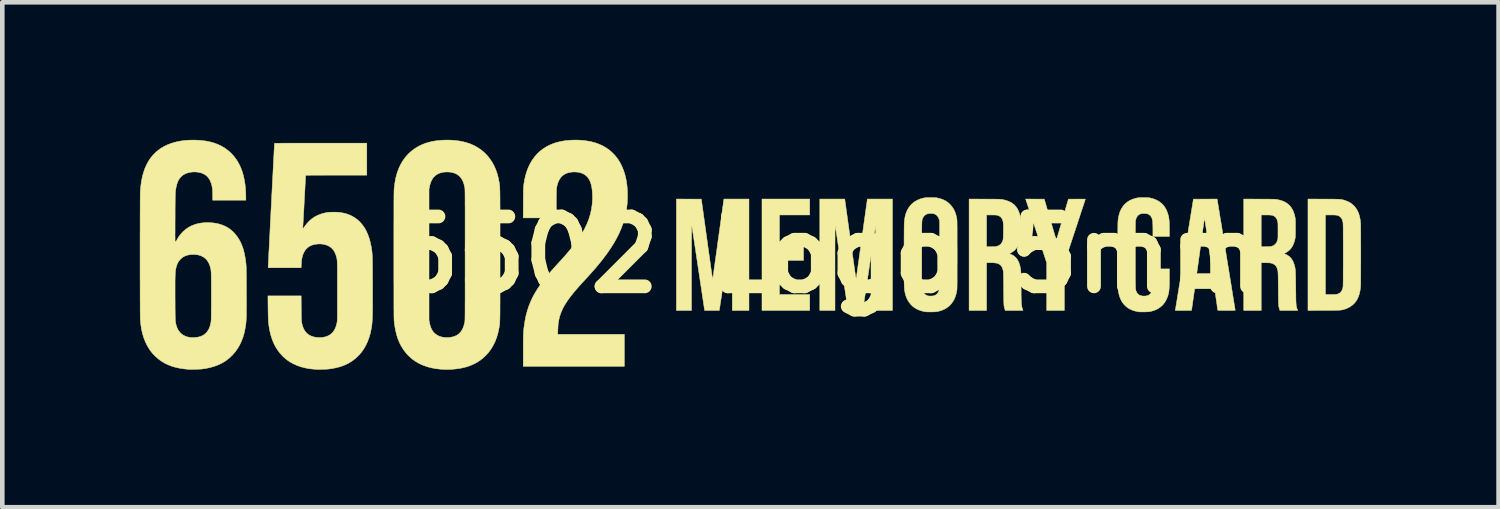
<source format=kicad_pcb>
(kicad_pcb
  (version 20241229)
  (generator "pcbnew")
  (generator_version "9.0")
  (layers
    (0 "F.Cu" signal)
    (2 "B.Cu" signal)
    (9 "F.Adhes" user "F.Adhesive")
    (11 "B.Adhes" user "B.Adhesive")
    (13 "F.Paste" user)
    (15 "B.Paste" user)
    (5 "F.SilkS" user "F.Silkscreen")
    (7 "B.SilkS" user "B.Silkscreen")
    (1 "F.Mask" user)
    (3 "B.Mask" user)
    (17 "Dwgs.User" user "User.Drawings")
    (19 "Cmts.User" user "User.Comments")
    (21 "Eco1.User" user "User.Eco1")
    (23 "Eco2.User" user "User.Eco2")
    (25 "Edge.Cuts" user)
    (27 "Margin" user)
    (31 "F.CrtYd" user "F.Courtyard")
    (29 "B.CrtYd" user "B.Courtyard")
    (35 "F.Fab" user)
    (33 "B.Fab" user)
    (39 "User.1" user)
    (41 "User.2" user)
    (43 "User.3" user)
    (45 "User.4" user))
  (footprint "6502 Logo 5mm"
    (layer "F.Cu")
    (at 15.004 2.506)
    (property "Reference" "6502 Logo 5mm" (at 0 0 0) (layer "F.SilkS") (effects (font (size 1.524 1.524) (thickness 0.3))))
    (attr through_hole)
    (fp_poly (pts (xy -0.394 -0.868) (xy -1.054 -0.868) (xy -1.054 -0.224) (xy -0.529 -0.224) (xy -0.529 0.123) (xy -1.054 0.123) (xy -1.054 0.868) (xy -0.394 0.868) (xy -0.394 1.215) (xy -1.435 1.215) (xy -1.435 -1.215) (xy -0.394 -1.215) (xy -0.394 -0.868)) (stroke (width 0.01) (type solid)) (fill yes) (layer "F.SilkS"))
    (fp_poly (pts (xy 4.722 -1.213) (xy 4.851 -0.769) (xy 4.869 -0.71) (xy 4.885 -0.653) (xy 4.901 -0.599) (xy 4.916 -0.548) (xy 4.93 -0.501) (xy 4.943 -0.458) (xy 4.954 -0.421) (xy 4.964 -0.389) (xy 4.972 -0.363) (xy 4.978 -0.343) (xy 4.983 -0.33) (xy 4.985 -0.325) (xy 4.985 -0.325) (xy 4.987 -0.329) (xy 4.99 -0.341) (xy 4.996 -0.36) (xy 5.004 -0.385) (xy 5.014 -0.416) (xy 5.025 -0.453) (xy 5.038 -0.495) (xy 5.051 -0.541) (xy 5.066 -0.591) (xy 5.082 -0.645) (xy 5.099 -0.702) (xy 5.116 -0.761) (xy 5.118 -0.769) (xy 5.248 -1.213) (xy 5.433 -1.214) (xy 5.471 -1.214) (xy 5.507 -1.214) (xy 5.54 -1.214) (xy 5.567 -1.214) (xy 5.59 -1.213) (xy 5.606 -1.213) (xy 5.616 -1.212) (xy 5.618 -1.212) (xy 5.616 -1.207) (xy 5.612 -1.195) (xy 5.606 -1.176) (xy 5.598 -1.15) (xy 5.587 -1.118) (xy 5.575 -1.08) (xy 5.56 -1.036) (xy 5.544 -0.987) (xy 5.526 -0.933) (xy 5.507 -0.875) (xy 5.487 -0.813) (xy 5.465 -0.748) (xy 5.443 -0.679) (xy 5.419 -0.608) (xy 5.395 -0.534) (xy 5.389 -0.517) (xy 5.16 0.175) (xy 5.16 1.215) (xy 4.775 1.215) (xy 4.775 0.695) (xy 4.775 0.176) (xy 4.545 -0.52) (xy 4.315 -1.215) (xy 4.722 -1.213)) (stroke (width 0.01) (type solid)) (fill yes) (layer "F.SilkS"))
    (fp_poly (pts (xy 1.41 1.215) (xy 1.046 1.215) (xy 1.045 0.293) (xy 1.045 0.196) (xy 1.045 0.103) (xy 1.045 0.015) (xy 1.045 -0.07) (xy 1.045 -0.149) (xy 1.045 -0.223) (xy 1.044 -0.292) (xy 1.044 -0.355) (xy 1.044 -0.412) (xy 1.044 -0.463) (xy 1.043 -0.507) (xy 1.043 -0.545) (xy 1.043 -0.575) (xy 1.042 -0.598) (xy 1.042 -0.613) (xy 1.041 -0.62) (xy 1.041 -0.62) (xy 1.04 -0.615) (xy 1.038 -0.602) (xy 1.035 -0.582) (xy 1.03 -0.554) (xy 1.025 -0.519) (xy 1.019 -0.478) (xy 1.011 -0.431) (xy 1.003 -0.379) (xy 0.994 -0.321) (xy 0.985 -0.258) (xy 0.975 -0.19) (xy 0.964 -0.119) (xy 0.952 -0.043) (xy 0.94 0.035) (xy 0.928 0.117) (xy 0.915 0.201) (xy 0.902 0.287) (xy 0.902 0.292) (xy 0.889 0.379) (xy 0.876 0.463) (xy 0.864 0.545) (xy 0.852 0.624) (xy 0.841 0.699) (xy 0.83 0.771) (xy 0.82 0.839) (xy 0.81 0.902) (xy 0.801 0.96) (xy 0.793 1.013) (xy 0.786 1.061) (xy 0.78 1.102) (xy 0.774 1.137) (xy 0.77 1.166) (xy 0.767 1.187) (xy 0.765 1.2) (xy 0.764 1.205) (xy 0.764 1.205) (xy 0.762 1.215) (xy 0.602 1.214) (xy 0.442 1.213) (xy 0.304 0.296) (xy 0.291 0.209) (xy 0.278 0.125) (xy 0.266 0.042) (xy 0.254 -0.037) (xy 0.242 -0.113) (xy 0.231 -0.185) (xy 0.221 -0.253) (xy 0.211 -0.317) (xy 0.203 -0.375) (xy 0.195 -0.429) (xy 0.187 -0.476) (xy 0.181 -0.518) (xy 0.176 -0.554) (xy 0.171 -0.582) (xy 0.168 -0.604) (xy 0.166 -0.617) (xy 0.165 -0.623) (xy 0.165 -0.624) (xy 0.162 -0.625) (xy 0.161 -0.624) (xy 0.16 -0.62) (xy 0.16 -0.607) (xy 0.159 -0.585) (xy 0.159 -0.556) (xy 0.159 -0.517) (xy 0.158 -0.471) (xy 0.158 -0.416) (xy 0.158 -0.353) (xy 0.157 -0.281) (xy 0.157 -0.202) (xy 0.157 -0.114) (xy 0.157 -0.018) (xy 0.157 0.086) (xy 0.157 0.199) (xy 0.157 0.297) (xy 0.157 1.215) (xy -0.174 1.215) (xy -0.174 -1.215) (xy 0.098 -1.215) (xy 0.37 -1.215) (xy 0.491 -0.349) (xy 0.503 -0.264) (xy 0.514 -0.182) (xy 0.526 -0.102) (xy 0.536 -0.025) (xy 0.547 0.048) (xy 0.556 0.118) (xy 0.566 0.183) (xy 0.574 0.244) (xy 0.582 0.3) (xy 0.589 0.351) (xy 0.596 0.396) (xy 0.601 0.434) (xy 0.606 0.466) (xy 0.61 0.492) (xy 0.613 0.51) (xy 0.614 0.52) (xy 0.615 0.522) (xy 0.618 0.525) (xy 0.619 0.525) (xy 0.62 0.52) (xy 0.622 0.508) (xy 0.625 0.488) (xy 0.629 0.461) (xy 0.633 0.427) (xy 0.639 0.387) (xy 0.646 0.34) (xy 0.653 0.288) (xy 0.661 0.231) (xy 0.67 0.169) (xy 0.679 0.103) (xy 0.689 0.032) (xy 0.699 -0.042) (xy 0.71 -0.12) (xy 0.721 -0.2) (xy 0.733 -0.283) (xy 0.74 -0.337) (xy 0.752 -0.421) (xy 0.764 -0.503) (xy 0.775 -0.583) (xy 0.785 -0.66) (xy 0.796 -0.733) (xy 0.805 -0.802) (xy 0.815 -0.868) (xy 0.823 -0.929) (xy 0.831 -0.984) (xy 0.838 -1.035) (xy 0.844 -1.08) (xy 0.85 -1.118) (xy 0.854 -1.15) (xy 0.858 -1.176) (xy 0.86 -1.193) (xy 0.862 -1.203) (xy 0.862 -1.205) (xy 0.865 -1.215) (xy 1.41 -1.215) (xy 1.41 1.215)) (stroke (width 0.01) (type solid)) (fill yes) (layer "F.SilkS"))
    (fp_poly (pts (xy 10.817 -1.214) (xy 10.882 -1.214) (xy 10.939 -1.213) (xy 10.989 -1.213) (xy 11.033 -1.213) (xy 11.07 -1.212) (xy 11.103 -1.211) (xy 11.13 -1.211) (xy 11.154 -1.209) (xy 11.174 -1.208) (xy 11.192 -1.206) (xy 11.207 -1.204) (xy 11.221 -1.201) (xy 11.235 -1.198) (xy 11.248 -1.195) (xy 11.261 -1.191) (xy 11.276 -1.186) (xy 11.286 -1.183) (xy 11.346 -1.159) (xy 11.4 -1.13) (xy 11.448 -1.094) (xy 11.49 -1.053) (xy 11.526 -1.005) (xy 11.557 -0.952) (xy 11.582 -0.892) (xy 11.601 -0.826) (xy 11.614 -0.754) (xy 11.62 -0.697) (xy 11.621 -0.685) (xy 11.622 -0.665) (xy 11.622 -0.637) (xy 11.623 -0.601) (xy 11.623 -0.558) (xy 11.623 -0.508) (xy 11.624 -0.451) (xy 11.624 -0.388) (xy 11.624 -0.319) (xy 11.624 -0.244) (xy 11.625 -0.164) (xy 11.625 -0.078) (xy 11.625 -0.000001) (xy 11.625 0.09) (xy 11.625 0.175) (xy 11.624 0.255) (xy 11.624 0.329) (xy 11.624 0.397) (xy 11.624 0.459) (xy 11.623 0.515) (xy 11.623 0.564) (xy 11.623 0.606) (xy 11.622 0.641) (xy 11.622 0.668) (xy 11.621 0.687) (xy 11.62 0.697) (xy 11.611 0.774) (xy 11.596 0.844) (xy 11.576 0.908) (xy 11.549 0.967) (xy 11.517 1.019) (xy 11.479 1.065) (xy 11.435 1.104) (xy 11.385 1.138) (xy 11.33 1.166) (xy 11.286 1.183) (xy 11.27 1.188) (xy 11.256 1.192) (xy 11.242 1.196) (xy 11.229 1.2) (xy 11.216 1.202) (xy 11.201 1.205) (xy 11.185 1.207) (xy 11.166 1.209) (xy 11.145 1.21) (xy 11.119 1.211) (xy 11.09 1.212) (xy 11.056 1.212) (xy 11.016 1.213) (xy 10.97 1.213) (xy 10.917 1.214) (xy 10.856 1.214) (xy 10.817 1.214) (xy 10.473 1.215) (xy 10.473 -0.868) (xy 10.854 -0.868) (xy 10.854 0.868) (xy 10.967 0.868) (xy 11.004 0.868) (xy 11.033 0.867) (xy 11.057 0.867) (xy 11.075 0.866) (xy 11.089 0.864) (xy 11.1 0.862) (xy 11.105 0.861) (xy 11.141 0.849) (xy 11.17 0.832) (xy 11.193 0.81) (xy 11.212 0.781) (xy 11.226 0.746) (xy 11.234 0.717) (xy 11.235 0.713) (xy 11.236 0.707) (xy 11.237 0.701) (xy 11.238 0.693) (xy 11.238 0.683) (xy 11.239 0.671) (xy 11.239 0.657) (xy 11.24 0.639) (xy 11.24 0.618) (xy 11.24 0.593) (xy 11.241 0.564) (xy 11.241 0.53) (xy 11.241 0.491) (xy 11.241 0.446) (xy 11.241 0.396) (xy 11.241 0.34) (xy 11.242 0.277) (xy 11.242 0.206) (xy 11.242 0.129) (xy 11.242 0.043) (xy 11.242 0) (xy 11.242 -0.089) (xy 11.242 -0.171) (xy 11.242 -0.244) (xy 11.242 -0.311) (xy 11.241 -0.371) (xy 11.241 -0.424) (xy 11.241 -0.471) (xy 11.241 -0.512) (xy 11.241 -0.548) (xy 11.241 -0.58) (xy 11.24 -0.607) (xy 11.24 -0.629) (xy 11.239 -0.649) (xy 11.239 -0.665) (xy 11.238 -0.678) (xy 11.238 -0.688) (xy 11.237 -0.697) (xy 11.236 -0.704) (xy 11.236 -0.71) (xy 11.235 -0.715) (xy 11.234 -0.717) (xy 11.223 -0.757) (xy 11.207 -0.79) (xy 11.187 -0.817) (xy 11.162 -0.838) (xy 11.131 -0.853) (xy 11.105 -0.861) (xy 11.095 -0.863) (xy 11.082 -0.865) (xy 11.066 -0.866) (xy 11.046 -0.867) (xy 11.019 -0.868) (xy 10.986 -0.868) (xy 10.967 -0.868) (xy 10.854 -0.868) (xy 10.473 -0.868) (xy 10.473 -1.215) (xy 10.817 -1.214)) (stroke (width 0.01) (type solid)) (fill yes) (layer "F.SilkS"))
    (fp_poly (pts (xy -3.03 -1.214) (xy -2.758 -1.213) (xy -2.637 -0.346) (xy -2.625 -0.261) (xy -2.614 -0.179) (xy -2.603 -0.099) (xy -2.592 -0.022) (xy -2.581 0.051) (xy -2.572 0.121) (xy -2.562 0.186) (xy -2.554 0.247) (xy -2.546 0.303) (xy -2.539 0.353) (xy -2.532 0.398) (xy -2.527 0.436) (xy -2.522 0.468) (xy -2.518 0.493) (xy -2.515 0.511) (xy -2.514 0.521) (xy -2.513 0.523) (xy -2.51 0.523) (xy -2.509 0.52) (xy -2.508 0.516) (xy -2.506 0.503) (xy -2.503 0.483) (xy -2.499 0.455) (xy -2.494 0.421) (xy -2.488 0.38) (xy -2.482 0.333) (xy -2.475 0.281) (xy -2.466 0.224) (xy -2.458 0.161) (xy -2.448 0.094) (xy -2.439 0.024) (xy -2.428 -0.051) (xy -2.417 -0.128) (xy -2.406 -0.209) (xy -2.395 -0.292) (xy -2.388 -0.341) (xy -2.376 -0.425) (xy -2.365 -0.507) (xy -2.354 -0.586) (xy -2.343 -0.663) (xy -2.333 -0.736) (xy -2.323 -0.805) (xy -2.314 -0.87) (xy -2.305 -0.931) (xy -2.298 -0.987) (xy -2.291 -1.037) (xy -2.284 -1.081) (xy -2.279 -1.12) (xy -2.275 -1.152) (xy -2.271 -1.176) (xy -2.269 -1.194) (xy -2.267 -1.204) (xy -2.267 -1.205) (xy -2.265 -1.215) (xy -1.719 -1.215) (xy -1.719 1.215) (xy -2.083 1.215) (xy -2.083 0.293) (xy -2.083 0.206) (xy -2.083 0.12) (xy -2.083 0.038) (xy -2.083 -0.042) (xy -2.083 -0.118) (xy -2.083 -0.19) (xy -2.083 -0.258) (xy -2.084 -0.322) (xy -2.084 -0.381) (xy -2.084 -0.434) (xy -2.084 -0.481) (xy -2.085 -0.523) (xy -2.085 -0.557) (xy -2.085 -0.585) (xy -2.086 -0.606) (xy -2.086 -0.619) (xy -2.086 -0.624) (xy -2.086 -0.624) (xy -2.087 -0.62) (xy -2.089 -0.607) (xy -2.093 -0.587) (xy -2.097 -0.56) (xy -2.102 -0.526) (xy -2.109 -0.485) (xy -2.116 -0.438) (xy -2.124 -0.386) (xy -2.133 -0.328) (xy -2.143 -0.265) (xy -2.153 -0.198) (xy -2.164 -0.127) (xy -2.175 -0.052) (xy -2.187 0.027) (xy -2.199 0.108) (xy -2.212 0.192) (xy -2.225 0.279) (xy -2.226 0.288) (xy -2.239 0.375) (xy -2.252 0.459) (xy -2.264 0.541) (xy -2.276 0.62) (xy -2.288 0.696) (xy -2.299 0.768) (xy -2.309 0.836) (xy -2.318 0.899) (xy -2.327 0.958) (xy -2.335 1.011) (xy -2.343 1.059) (xy -2.349 1.101) (xy -2.354 1.136) (xy -2.359 1.164) (xy -2.362 1.186) (xy -2.364 1.2) (xy -2.365 1.205) (xy -2.365 1.205) (xy -2.367 1.215) (xy -2.527 1.215) (xy -2.686 1.215) (xy -2.821 0.319) (xy -2.837 0.214) (xy -2.851 0.117) (xy -2.865 0.027) (xy -2.877 -0.055) (xy -2.888 -0.129) (xy -2.899 -0.197) (xy -2.908 -0.259) (xy -2.916 -0.314) (xy -2.924 -0.364) (xy -2.931 -0.408) (xy -2.936 -0.447) (xy -2.942 -0.481) (xy -2.946 -0.51) (xy -2.95 -0.536) (xy -2.953 -0.557) (xy -2.956 -0.575) (xy -2.959 -0.589) (xy -2.961 -0.601) (xy -2.962 -0.61) (xy -2.963 -0.617) (xy -2.964 -0.622) (xy -2.965 -0.625) (xy -2.966 -0.627) (xy -2.966 -0.627) (xy -2.967 -0.627) (xy -2.967 -0.627) (xy -2.968 -0.627) (xy -2.968 -0.627) (xy -2.968 -0.622) (xy -2.969 -0.61) (xy -2.969 -0.59) (xy -2.97 -0.562) (xy -2.97 -0.527) (xy -2.97 -0.485) (xy -2.97 -0.437) (xy -2.971 -0.382) (xy -2.971 -0.321) (xy -2.971 -0.254) (xy -2.971 -0.182) (xy -2.971 -0.105) (xy -2.972 -0.023) (xy -2.972 0.063) (xy -2.972 0.153) (xy -2.972 0.248) (xy -2.972 0.294) (xy -2.972 1.215) (xy -3.302 1.215) (xy -3.302 -1.215) (xy -3.03 -1.214)) (stroke (width 0.01) (type solid)) (fill yes) (layer "F.SilkS"))
    (fp_poly (pts (xy 3.426 -1.214) (xy 3.488 -1.213) (xy 3.542 -1.213) (xy 3.59 -1.213) (xy 3.63 -1.213) (xy 3.665 -1.212) (xy 3.694 -1.212) (xy 3.718 -1.211) (xy 3.738 -1.211) (xy 3.755 -1.21) (xy 3.769 -1.209) (xy 3.78 -1.208) (xy 3.79 -1.207) (xy 3.799 -1.206) (xy 3.807 -1.205) (xy 3.814 -1.203) (xy 3.873 -1.19) (xy 3.924 -1.173) (xy 3.97 -1.154) (xy 4.012 -1.131) (xy 4.025 -1.123) (xy 4.067 -1.089) (xy 4.104 -1.049) (xy 4.136 -1.002) (xy 4.162 -0.949) (xy 4.183 -0.89) (xy 4.199 -0.825) (xy 4.208 -0.768) (xy 4.209 -0.749) (xy 4.211 -0.724) (xy 4.211 -0.692) (xy 4.212 -0.657) (xy 4.212 -0.619) (xy 4.212 -0.58) (xy 4.212 -0.54) (xy 4.211 -0.502) (xy 4.211 -0.466) (xy 4.209 -0.434) (xy 4.208 -0.408) (xy 4.206 -0.388) (xy 4.206 -0.382) (xy 4.193 -0.316) (xy 4.176 -0.257) (xy 4.154 -0.205) (xy 4.127 -0.158) (xy 4.094 -0.118) (xy 4.076 -0.099) (xy 4.061 -0.087) (xy 4.044 -0.073) (xy 4.025 -0.061) (xy 4.008 -0.049) (xy 3.993 -0.04) (xy 3.981 -0.035) (xy 3.977 -0.034) (xy 3.97 -0.031) (xy 3.967 -0.028) (xy 3.966 -0.024) (xy 3.969 -0.021) (xy 3.978 -0.016) (xy 3.992 -0.01) (xy 4.037 0.011) (xy 4.076 0.038) (xy 4.111 0.073) (xy 4.14 0.114) (xy 4.164 0.161) (xy 4.184 0.216) (xy 4.193 0.254) (xy 4.198 0.275) (xy 4.202 0.294) (xy 4.205 0.315) (xy 4.208 0.336) (xy 4.21 0.359) (xy 4.212 0.384) (xy 4.213 0.412) (xy 4.214 0.445) (xy 4.215 0.482) (xy 4.216 0.525) (xy 4.216 0.574) (xy 4.216 0.631) (xy 4.216 0.685) (xy 4.217 0.756) (xy 4.217 0.82) (xy 4.217 0.876) (xy 4.218 0.925) (xy 4.219 0.969) (xy 4.22 1.007) (xy 4.222 1.04) (xy 4.224 1.069) (xy 4.227 1.094) (xy 4.23 1.116) (xy 4.233 1.135) (xy 4.237 1.153) (xy 4.242 1.169) (xy 4.247 1.184) (xy 4.248 1.188) (xy 4.258 1.215) (xy 3.87 1.215) (xy 3.861 1.186) (xy 3.857 1.173) (xy 3.854 1.161) (xy 3.851 1.149) (xy 3.848 1.137) (xy 3.846 1.125) (xy 3.844 1.111) (xy 3.842 1.095) (xy 3.841 1.077) (xy 3.84 1.055) (xy 3.839 1.03) (xy 3.838 1) (xy 3.838 0.965) (xy 3.837 0.925) (xy 3.837 0.878) (xy 3.836 0.824) (xy 3.836 0.763) (xy 3.835 0.732) (xy 3.835 0.669) (xy 3.834 0.614) (xy 3.834 0.566) (xy 3.833 0.524) (xy 3.833 0.489) (xy 3.832 0.459) (xy 3.832 0.434) (xy 3.831 0.414) (xy 3.83 0.397) (xy 3.83 0.383) (xy 3.829 0.372) (xy 3.828 0.362) (xy 3.827 0.354) (xy 3.825 0.347) (xy 3.824 0.341) (xy 3.814 0.304) (xy 3.802 0.274) (xy 3.787 0.249) (xy 3.774 0.233) (xy 3.756 0.216) (xy 3.735 0.203) (xy 3.712 0.192) (xy 3.684 0.184) (xy 3.651 0.179) (xy 3.611 0.175) (xy 3.565 0.174) (xy 3.545 0.174) (xy 3.463 0.174) (xy 3.463 1.215) (xy 3.082 1.215) (xy 3.082 -0.868) (xy 3.463 -0.868) (xy 3.463 -0.173) (xy 3.563 -0.175) (xy 3.603 -0.176) (xy 3.634 -0.177) (xy 3.658 -0.179) (xy 3.676 -0.181) (xy 3.686 -0.183) (xy 3.724 -0.198) (xy 3.756 -0.217) (xy 3.782 -0.242) (xy 3.801 -0.271) (xy 3.801 -0.272) (xy 3.808 -0.286) (xy 3.813 -0.299) (xy 3.818 -0.311) (xy 3.821 -0.324) (xy 3.824 -0.339) (xy 3.826 -0.356) (xy 3.827 -0.378) (xy 3.828 -0.404) (xy 3.829 -0.436) (xy 3.83 -0.474) (xy 3.83 -0.506) (xy 3.831 -0.556) (xy 3.831 -0.599) (xy 3.83 -0.636) (xy 3.829 -0.666) (xy 3.827 -0.692) (xy 3.824 -0.714) (xy 3.82 -0.733) (xy 3.815 -0.75) (xy 3.809 -0.766) (xy 3.802 -0.782) (xy 3.801 -0.784) (xy 3.783 -0.811) (xy 3.758 -0.834) (xy 3.728 -0.851) (xy 3.695 -0.862) (xy 3.689 -0.863) (xy 3.678 -0.865) (xy 3.66 -0.866) (xy 3.636 -0.867) (xy 3.609 -0.867) (xy 3.579 -0.868) (xy 3.564 -0.868) (xy 3.463 -0.868) (xy 3.082 -0.868) (xy 3.082 -1.215) (xy 3.426 -1.214)) (stroke (width 0.01) (type solid)) (fill yes) (layer "F.SilkS"))
    (fp_poly (pts (xy -5.364 -2.496) (xy -5.271 -2.485) (xy -5.181 -2.47) (xy -5.164 -2.466) (xy -5.072 -2.442) (xy -4.985 -2.41) (xy -4.904 -2.373) (xy -4.829 -2.329) (xy -4.758 -2.278) (xy -4.694 -2.221) (xy -4.634 -2.158) (xy -4.581 -2.089) (xy -4.533 -2.014) (xy -4.492 -1.933) (xy -4.456 -1.846) (xy -4.426 -1.754) (xy -4.402 -1.655) (xy -4.392 -1.603) (xy -4.379 -1.51) (xy -4.371 -1.413) (xy -4.368 -1.313) (xy -4.369 -1.213) (xy -4.375 -1.115) (xy -4.385 -1.02) (xy -4.39 -0.989) (xy -4.41 -0.882) (xy -4.436 -0.776) (xy -4.469 -0.671) (xy -4.508 -0.567) (xy -4.553 -0.463) (xy -4.606 -0.359) (xy -4.666 -0.253) (xy -4.733 -0.146) (xy -4.808 -0.037) (xy -4.835 0.001) (xy -4.879 0.059) (xy -4.923 0.117) (xy -4.969 0.174) (xy -5.017 0.233) (xy -5.068 0.294) (xy -5.124 0.357) (xy -5.184 0.424) (xy -5.249 0.496) (xy -5.283 0.533) (xy -5.331 0.585) (xy -5.373 0.631) (xy -5.411 0.673) (xy -5.445 0.711) (xy -5.475 0.746) (xy -5.504 0.778) (xy -5.53 0.81) (xy -5.555 0.84) (xy -5.579 0.871) (xy -5.599 0.896) (xy -5.653 0.967) (xy -5.7 1.036) (xy -5.741 1.101) (xy -5.776 1.165) (xy -5.805 1.228) (xy -5.83 1.291) (xy -5.85 1.355) (xy -5.865 1.421) (xy -5.867 1.429) (xy -5.872 1.458) (xy -5.877 1.488) (xy -5.88 1.519) (xy -5.883 1.553) (xy -5.885 1.591) (xy -5.887 1.637) (xy -5.887 1.644) (xy -5.89 1.736) (xy -4.437 1.736) (xy -4.437 2.434) (xy -6.642 2.434) (xy -6.642 2.105) (xy -6.642 2.037) (xy -6.642 1.976) (xy -6.642 1.923) (xy -6.641 1.875) (xy -6.641 1.833) (xy -6.64 1.796) (xy -6.639 1.763) (xy -6.638 1.733) (xy -6.637 1.705) (xy -6.635 1.68) (xy -6.633 1.655) (xy -6.631 1.63) (xy -6.628 1.605) (xy -6.627 1.594) (xy -6.609 1.465) (xy -6.585 1.341) (xy -6.554 1.223) (xy -6.516 1.11) (xy -6.472 1.002) (xy -6.422 0.899) (xy -6.411 0.88) (xy -6.373 0.814) (xy -6.333 0.749) (xy -6.29 0.684) (xy -6.243 0.618) (xy -6.193 0.551) (xy -6.138 0.482) (xy -6.079 0.41) (xy -6.014 0.335) (xy -5.944 0.256) (xy -5.893 0.201) (xy -5.814 0.115) (xy -5.742 0.035) (xy -5.676 -0.042) (xy -5.615 -0.114) (xy -5.559 -0.183) (xy -5.508 -0.249) (xy -5.462 -0.313) (xy -5.419 -0.374) (xy -5.38 -0.434) (xy -5.345 -0.493) (xy -5.312 -0.551) (xy -5.298 -0.578) (xy -5.249 -0.68) (xy -5.209 -0.784) (xy -5.177 -0.889) (xy -5.154 -0.996) (xy -5.138 -1.104) (xy -5.131 -1.214) (xy -5.131 -1.251) (xy -5.133 -1.333) (xy -5.138 -1.407) (xy -5.148 -1.474) (xy -5.161 -1.534) (xy -5.178 -1.588) (xy -5.2 -1.635) (xy -5.226 -1.676) (xy -5.256 -1.711) (xy -5.291 -1.74) (xy -5.33 -1.764) (xy -5.359 -1.777) (xy -5.407 -1.792) (xy -5.458 -1.802) (xy -5.512 -1.806) (xy -5.566 -1.805) (xy -5.618 -1.798) (xy -5.668 -1.787) (xy -5.714 -1.77) (xy -5.728 -1.763) (xy -5.769 -1.737) (xy -5.806 -1.705) (xy -5.837 -1.667) (xy -5.863 -1.623) (xy -5.885 -1.573) (xy -5.902 -1.515) (xy -5.911 -1.475) (xy -5.912 -1.466) (xy -5.914 -1.457) (xy -5.915 -1.447) (xy -5.916 -1.436) (xy -5.917 -1.424) (xy -5.918 -1.408) (xy -5.918 -1.39) (xy -5.919 -1.367) (xy -5.919 -1.34) (xy -5.92 -1.308) (xy -5.92 -1.27) (xy -5.921 -1.225) (xy -5.921 -1.173) (xy -5.921 -1.117) (xy -5.923 -0.804) (xy -6.643 -0.804) (xy -6.641 -1.131) (xy -6.641 -1.195) (xy -6.64 -1.25) (xy -6.64 -1.299) (xy -6.639 -1.341) (xy -6.639 -1.378) (xy -6.638 -1.41) (xy -6.637 -1.439) (xy -6.636 -1.463) (xy -6.634 -1.486) (xy -6.633 -1.506) (xy -6.63 -1.526) (xy -6.628 -1.545) (xy -6.625 -1.564) (xy -6.621 -1.585) (xy -6.617 -1.608) (xy -6.615 -1.623) (xy -6.593 -1.723) (xy -6.565 -1.817) (xy -6.531 -1.905) (xy -6.491 -1.988) (xy -6.446 -2.065) (xy -6.394 -2.136) (xy -6.337 -2.201) (xy -6.274 -2.26) (xy -6.205 -2.313) (xy -6.131 -2.359) (xy -6.052 -2.399) (xy -5.967 -2.432) (xy -5.915 -2.449) (xy -5.831 -2.469) (xy -5.743 -2.485) (xy -5.65 -2.495) (xy -5.555 -2.501) (xy -5.459 -2.501) (xy -5.364 -2.496)) (stroke (width 0.01) (type solid)) (fill yes) (layer "F.SilkS"))
    (fp_poly (pts (xy 8.494 -1.203) (xy 8.495 -1.198) (xy 8.497 -1.184) (xy 8.501 -1.163) (xy 8.505 -1.135) (xy 8.511 -1.1) (xy 8.518 -1.059) (xy 8.525 -1.012) (xy 8.534 -0.96) (xy 8.543 -0.902) (xy 8.553 -0.84) (xy 8.564 -0.774) (xy 8.576 -0.703) (xy 8.588 -0.63) (xy 8.6 -0.553) (xy 8.613 -0.473) (xy 8.626 -0.391) (xy 8.64 -0.308) (xy 8.654 -0.223) (xy 8.668 -0.136) (xy 8.682 -0.05) (xy 8.696 0.037) (xy 8.71 0.124) (xy 8.724 0.211) (xy 8.738 0.296) (xy 8.752 0.38) (xy 8.765 0.462) (xy 8.778 0.542) (xy 8.791 0.62) (xy 8.803 0.694) (xy 8.814 0.765) (xy 8.825 0.833) (xy 8.835 0.896) (xy 8.845 0.954) (xy 8.853 1.008) (xy 8.861 1.056) (xy 8.868 1.098) (xy 8.874 1.134) (xy 8.879 1.164) (xy 8.882 1.186) (xy 8.885 1.201) (xy 8.886 1.209) (xy 8.886 1.209) (xy 8.885 1.211) (xy 8.881 1.212) (xy 8.873 1.213) (xy 8.862 1.213) (xy 8.845 1.214) (xy 8.823 1.214) (xy 8.795 1.215) (xy 8.76 1.215) (xy 8.718 1.215) (xy 8.695 1.215) (xy 8.653 1.215) (xy 8.614 1.215) (xy 8.58 1.214) (xy 8.552 1.214) (xy 8.529 1.213) (xy 8.514 1.212) (xy 8.506 1.212) (xy 8.505 1.211) (xy 8.504 1.206) (xy 8.503 1.194) (xy 8.5 1.175) (xy 8.496 1.15) (xy 8.492 1.121) (xy 8.488 1.088) (xy 8.483 1.053) (xy 8.477 1.015) (xy 8.472 0.977) (xy 8.466 0.939) (xy 8.461 0.902) (xy 8.456 0.867) (xy 8.451 0.835) (xy 8.447 0.807) (xy 8.444 0.784) (xy 8.441 0.766) (xy 8.439 0.755) (xy 8.439 0.752) (xy 8.436 0.741) (xy 8.219 0.741) (xy 8.164 0.741) (xy 8.118 0.741) (xy 8.08 0.741) (xy 8.05 0.742) (xy 8.027 0.743) (xy 8.011 0.743) (xy 8.003 0.744) (xy 8.001 0.745) (xy 8 0.75) (xy 7.999 0.763) (xy 7.996 0.782) (xy 7.993 0.806) (xy 7.988 0.835) (xy 7.984 0.868) (xy 7.979 0.903) (xy 7.973 0.94) (xy 7.968 0.978) (xy 7.962 1.016) (xy 7.957 1.053) (xy 7.952 1.088) (xy 7.947 1.12) (xy 7.943 1.148) (xy 7.94 1.171) (xy 7.937 1.188) (xy 7.935 1.199) (xy 7.935 1.201) (xy 7.932 1.215) (xy 7.579 1.215) (xy 7.585 1.178) (xy 7.586 1.171) (xy 7.589 1.155) (xy 7.593 1.132) (xy 7.597 1.102) (xy 7.603 1.065) (xy 7.611 1.021) (xy 7.619 0.971) (xy 7.628 0.915) (xy 7.638 0.853) (xy 7.649 0.787) (xy 7.66 0.715) (xy 7.673 0.639) (xy 7.686 0.558) (xy 7.7 0.474) (xy 7.71 0.411) (xy 8.047 0.411) (xy 8.219 0.411) (xy 8.256 0.411) (xy 8.29 0.41) (xy 8.321 0.41) (xy 8.347 0.409) (xy 8.368 0.409) (xy 8.383 0.408) (xy 8.39 0.408) (xy 8.39 0.407) (xy 8.39 0.402) (xy 8.388 0.389) (xy 8.385 0.369) (xy 8.382 0.342) (xy 8.377 0.309) (xy 8.372 0.271) (xy 8.366 0.228) (xy 8.359 0.181) (xy 8.352 0.129) (xy 8.344 0.075) (xy 8.336 0.018) (xy 8.328 -0.041) (xy 8.319 -0.101) (xy 8.31 -0.162) (xy 8.302 -0.223) (xy 8.293 -0.284) (xy 8.284 -0.345) (xy 8.276 -0.403) (xy 8.268 -0.46) (xy 8.26 -0.514) (xy 8.253 -0.565) (xy 8.246 -0.613) (xy 8.239 -0.656) (xy 8.234 -0.694) (xy 8.229 -0.726) (xy 8.225 -0.753) (xy 8.222 -0.773) (xy 8.22 -0.786) (xy 8.219 -0.791) (xy 8.219 -0.791) (xy 8.215 -0.791) (xy 8.215 -0.791) (xy 8.215 -0.787) (xy 8.213 -0.775) (xy 8.21 -0.755) (xy 8.206 -0.728) (xy 8.201 -0.695) (xy 8.196 -0.656) (xy 8.189 -0.612) (xy 8.182 -0.562) (xy 8.175 -0.508) (xy 8.167 -0.449) (xy 8.158 -0.387) (xy 8.149 -0.322) (xy 8.14 -0.254) (xy 8.133 -0.203) (xy 8.123 -0.134) (xy 8.114 -0.066) (xy 8.105 -0.001) (xy 8.096 0.061) (xy 8.088 0.119) (xy 8.081 0.173) (xy 8.074 0.222) (xy 8.067 0.266) (xy 8.062 0.305) (xy 8.058 0.337) (xy 8.054 0.363) (xy 8.051 0.382) (xy 8.05 0.394) (xy 8.049 0.397) (xy 8.047 0.411) (xy 7.71 0.411) (xy 7.714 0.386) (xy 7.729 0.295) (xy 7.744 0.201) (xy 7.76 0.105) (xy 7.776 0.007) (xy 7.783 -0.036) (xy 7.974 -1.213) (xy 8.233 -1.214) (xy 8.491 -1.215) (xy 8.494 -1.203)) (stroke (width 0.01) (type solid)) (fill yes) (layer "F.SilkS"))
    (fp_poly (pts (xy 9.416 -1.214) (xy 9.478 -1.213) (xy 9.533 -1.213) (xy 9.58 -1.213) (xy 9.62 -1.213) (xy 9.655 -1.212) (xy 9.684 -1.212) (xy 9.708 -1.211) (xy 9.728 -1.211) (xy 9.745 -1.21) (xy 9.759 -1.209) (xy 9.77 -1.208) (xy 9.78 -1.207) (xy 9.789 -1.206) (xy 9.797 -1.205) (xy 9.804 -1.203) (xy 9.845 -1.194) (xy 9.88 -1.185) (xy 9.91 -1.176) (xy 9.938 -1.164) (xy 9.966 -1.151) (xy 10.014 -1.123) (xy 10.056 -1.089) (xy 10.093 -1.05) (xy 10.124 -1.004) (xy 10.151 -0.953) (xy 10.172 -0.895) (xy 10.189 -0.83) (xy 10.192 -0.811) (xy 10.194 -0.799) (xy 10.196 -0.788) (xy 10.197 -0.775) (xy 10.198 -0.76) (xy 10.199 -0.741) (xy 10.2 -0.719) (xy 10.2 -0.692) (xy 10.2 -0.658) (xy 10.2 -0.618) (xy 10.2 -0.584) (xy 10.2 -0.533) (xy 10.2 -0.49) (xy 10.199 -0.454) (xy 10.199 -0.425) (xy 10.198 -0.402) (xy 10.197 -0.384) (xy 10.195 -0.371) (xy 10.195 -0.368) (xy 10.182 -0.309) (xy 10.164 -0.253) (xy 10.143 -0.204) (xy 10.118 -0.16) (xy 10.112 -0.151) (xy 10.087 -0.121) (xy 10.058 -0.092) (xy 10.025 -0.067) (xy 9.993 -0.046) (xy 9.976 -0.038) (xy 9.964 -0.032) (xy 9.957 -0.027) (xy 9.955 -0.026) (xy 9.957 -0.022) (xy 9.966 -0.018) (xy 9.979 -0.012) (xy 9.982 -0.011) (xy 10.026 0.01) (xy 10.065 0.037) (xy 10.099 0.071) (xy 10.128 0.111) (xy 10.153 0.157) (xy 10.172 0.211) (xy 10.179 0.234) (xy 10.183 0.25) (xy 10.187 0.265) (xy 10.19 0.28) (xy 10.192 0.295) (xy 10.195 0.311) (xy 10.197 0.329) (xy 10.199 0.349) (xy 10.2 0.371) (xy 10.201 0.397) (xy 10.202 0.428) (xy 10.203 0.463) (xy 10.204 0.503) (xy 10.205 0.549) (xy 10.205 0.602) (xy 10.206 0.663) (xy 10.207 0.715) (xy 10.207 0.783) (xy 10.208 0.842) (xy 10.209 0.895) (xy 10.209 0.94) (xy 10.21 0.98) (xy 10.211 1.014) (xy 10.212 1.043) (xy 10.214 1.068) (xy 10.216 1.09) (xy 10.218 1.108) (xy 10.22 1.124) (xy 10.223 1.138) (xy 10.226 1.151) (xy 10.229 1.163) (xy 10.233 1.175) (xy 10.238 1.187) (xy 10.249 1.215) (xy 9.86 1.215) (xy 9.851 1.184) (xy 9.847 1.172) (xy 9.844 1.16) (xy 9.841 1.149) (xy 9.838 1.138) (xy 9.836 1.125) (xy 9.834 1.112) (xy 9.833 1.096) (xy 9.832 1.078) (xy 9.83 1.056) (xy 9.83 1.03) (xy 9.829 1) (xy 9.828 0.964) (xy 9.828 0.923) (xy 9.827 0.876) (xy 9.826 0.821) (xy 9.826 0.759) (xy 9.826 0.734) (xy 9.825 0.669) (xy 9.824 0.612) (xy 9.824 0.562) (xy 9.823 0.519) (xy 9.823 0.482) (xy 9.822 0.45) (xy 9.821 0.423) (xy 9.82 0.4) (xy 9.819 0.381) (xy 9.818 0.365) (xy 9.816 0.352) (xy 9.814 0.34) (xy 9.812 0.33) (xy 9.809 0.32) (xy 9.806 0.311) (xy 9.803 0.301) (xy 9.802 0.298) (xy 9.787 0.264) (xy 9.767 0.236) (xy 9.741 0.213) (xy 9.709 0.196) (xy 9.675 0.184) (xy 9.664 0.181) (xy 9.649 0.179) (xy 9.63 0.177) (xy 9.605 0.176) (xy 9.574 0.175) (xy 9.551 0.175) (xy 9.453 0.173) (xy 9.453 1.215) (xy 9.072 1.215) (xy 9.072 -0.868) (xy 9.453 -0.868) (xy 9.453 -0.173) (xy 9.554 -0.175) (xy 9.593 -0.176) (xy 9.624 -0.177) (xy 9.648 -0.179) (xy 9.666 -0.181) (xy 9.676 -0.183) (xy 9.714 -0.197) (xy 9.745 -0.216) (xy 9.77 -0.241) (xy 9.791 -0.272) (xy 9.806 -0.309) (xy 9.809 -0.32) (xy 9.812 -0.328) (xy 9.814 -0.337) (xy 9.815 -0.345) (xy 9.817 -0.355) (xy 9.818 -0.368) (xy 9.818 -0.383) (xy 9.819 -0.403) (xy 9.819 -0.428) (xy 9.819 -0.459) (xy 9.819 -0.497) (xy 9.819 -0.523) (xy 9.819 -0.567) (xy 9.819 -0.603) (xy 9.819 -0.633) (xy 9.818 -0.657) (xy 9.818 -0.676) (xy 9.817 -0.691) (xy 9.815 -0.703) (xy 9.814 -0.713) (xy 9.812 -0.723) (xy 9.812 -0.723) (xy 9.8 -0.763) (xy 9.783 -0.796) (xy 9.763 -0.822) (xy 9.738 -0.841) (xy 9.724 -0.848) (xy 9.711 -0.854) (xy 9.697 -0.859) (xy 9.682 -0.862) (xy 9.665 -0.865) (xy 9.644 -0.866) (xy 9.618 -0.867) (xy 9.587 -0.868) (xy 9.554 -0.868) (xy 9.453 -0.868) (xy 9.072 -0.868) (xy 9.072 -1.215) (xy 9.416 -1.214)) (stroke (width 0.01) (type solid)) (fill yes) (layer "F.SilkS"))
    (fp_poly (pts (xy 6.939 -1.246) (xy 6.973 -1.245) (xy 7.002 -1.243) (xy 7.025 -1.24) (xy 7.029 -1.239) (xy 7.097 -1.222) (xy 7.158 -1.198) (xy 7.214 -1.169) (xy 7.264 -1.134) (xy 7.308 -1.092) (xy 7.346 -1.045) (xy 7.378 -0.991) (xy 7.404 -0.931) (xy 7.425 -0.865) (xy 7.435 -0.819) (xy 7.44 -0.795) (xy 7.443 -0.769) (xy 7.446 -0.74) (xy 7.448 -0.707) (xy 7.449 -0.669) (xy 7.45 -0.625) (xy 7.451 -0.575) (xy 7.451 -0.543) (xy 7.451 -0.398) (xy 7.091 -0.398) (xy 7.091 -0.534) (xy 7.091 -0.57) (xy 7.09 -0.605) (xy 7.09 -0.638) (xy 7.089 -0.667) (xy 7.088 -0.691) (xy 7.087 -0.709) (xy 7.087 -0.714) (xy 7.08 -0.759) (xy 7.069 -0.798) (xy 7.053 -0.83) (xy 7.032 -0.856) (xy 7.017 -0.868) (xy 6.997 -0.882) (xy 6.975 -0.891) (xy 6.949 -0.897) (xy 6.918 -0.9) (xy 6.909 -0.901) (xy 6.865 -0.9) (xy 6.828 -0.893) (xy 6.796 -0.88) (xy 6.769 -0.861) (xy 6.747 -0.835) (xy 6.729 -0.802) (xy 6.716 -0.762) (xy 6.715 -0.758) (xy 6.714 -0.754) (xy 6.713 -0.749) (xy 6.712 -0.743) (xy 6.712 -0.736) (xy 6.711 -0.726) (xy 6.711 -0.714) (xy 6.71 -0.699) (xy 6.71 -0.682) (xy 6.709 -0.66) (xy 6.709 -0.635) (xy 6.709 -0.605) (xy 6.708 -0.571) (xy 6.708 -0.532) (xy 6.708 -0.487) (xy 6.708 -0.436) (xy 6.708 -0.38) (xy 6.708 -0.316) (xy 6.708 -0.246) (xy 6.708 -0.168) (xy 6.708 -0.082) (xy 6.708 -0.004) (xy 6.708 0.09) (xy 6.708 0.176) (xy 6.708 0.254) (xy 6.708 0.325) (xy 6.708 0.389) (xy 6.708 0.446) (xy 6.708 0.497) (xy 6.708 0.543) (xy 6.709 0.583) (xy 6.709 0.618) (xy 6.71 0.649) (xy 6.71 0.676) (xy 6.711 0.698) (xy 6.712 0.717) (xy 6.713 0.733) (xy 6.714 0.747) (xy 6.716 0.758) (xy 6.717 0.768) (xy 6.719 0.776) (xy 6.721 0.782) (xy 6.723 0.788) (xy 6.725 0.794) (xy 6.728 0.8) (xy 6.731 0.806) (xy 6.731 0.807) (xy 6.749 0.838) (xy 6.772 0.863) (xy 6.8 0.882) (xy 6.833 0.894) (xy 6.873 0.901) (xy 6.898 0.902) (xy 6.941 0.899) (xy 6.978 0.89) (xy 7.01 0.874) (xy 7.036 0.853) (xy 7.056 0.825) (xy 7.065 0.809) (xy 7.069 0.798) (xy 7.074 0.788) (xy 7.077 0.777) (xy 7.08 0.766) (xy 7.082 0.752) (xy 7.084 0.737) (xy 7.086 0.717) (xy 7.087 0.694) (xy 7.088 0.666) (xy 7.088 0.631) (xy 7.089 0.591) (xy 7.089 0.543) (xy 7.09 0.522) (xy 7.092 0.309) (xy 7.451 0.309) (xy 7.451 0.498) (xy 7.45 0.561) (xy 7.45 0.616) (xy 7.449 0.664) (xy 7.447 0.706) (xy 7.445 0.744) (xy 7.442 0.777) (xy 7.438 0.807) (xy 7.433 0.834) (xy 7.427 0.86) (xy 7.42 0.885) (xy 7.412 0.911) (xy 7.405 0.929) (xy 7.379 0.989) (xy 7.347 1.043) (xy 7.309 1.091) (xy 7.265 1.132) (xy 7.216 1.168) (xy 7.16 1.198) (xy 7.098 1.221) (xy 7.039 1.237) (xy 7.023 1.24) (xy 7.006 1.242) (xy 6.987 1.244) (xy 6.964 1.245) (xy 6.935 1.246) (xy 6.905 1.247) (xy 6.876 1.247) (xy 6.85 1.247) (xy 6.827 1.247) (xy 6.809 1.247) (xy 6.797 1.246) (xy 6.795 1.246) (xy 6.725 1.234) (xy 6.66 1.215) (xy 6.601 1.191) (xy 6.547 1.16) (xy 6.525 1.144) (xy 6.479 1.104) (xy 6.439 1.058) (xy 6.405 1.006) (xy 6.378 0.948) (xy 6.356 0.883) (xy 6.34 0.814) (xy 6.33 0.738) (xy 6.329 0.73) (xy 6.328 0.718) (xy 6.328 0.697) (xy 6.327 0.669) (xy 6.327 0.632) (xy 6.326 0.588) (xy 6.326 0.536) (xy 6.326 0.477) (xy 6.325 0.41) (xy 6.325 0.337) (xy 6.325 0.256) (xy 6.325 0.17) (xy 6.325 0.076) (xy 6.325 0) (xy 6.325 -0.098) (xy 6.325 -0.19) (xy 6.325 -0.275) (xy 6.325 -0.354) (xy 6.325 -0.426) (xy 6.326 -0.491) (xy 6.326 -0.548) (xy 6.326 -0.599) (xy 6.327 -0.641) (xy 6.327 -0.676) (xy 6.328 -0.703) (xy 6.329 -0.722) (xy 6.329 -0.73) (xy 6.338 -0.807) (xy 6.354 -0.877) (xy 6.375 -0.942) (xy 6.403 -1.001) (xy 6.436 -1.053) (xy 6.475 -1.1) (xy 6.52 -1.14) (xy 6.525 -1.144) (xy 6.576 -1.178) (xy 6.633 -1.205) (xy 6.696 -1.227) (xy 6.746 -1.239) (xy 6.768 -1.242) (xy 6.796 -1.245) (xy 6.829 -1.246) (xy 6.865 -1.247) (xy 6.902 -1.247) (xy 6.939 -1.246)) (stroke (width 0.01) (type solid)) (fill yes) (layer "F.SilkS"))
    (fp_poly (pts (xy 2.248 -1.247) (xy 2.282 -1.246) (xy 2.31 -1.246) (xy 2.332 -1.245) (xy 2.35 -1.244) (xy 2.365 -1.243) (xy 2.379 -1.241) (xy 2.393 -1.238) (xy 2.398 -1.237) (xy 2.456 -1.222) (xy 2.507 -1.205) (xy 2.552 -1.184) (xy 2.594 -1.159) (xy 2.633 -1.129) (xy 2.663 -1.101) (xy 2.701 -1.059) (xy 2.733 -1.014) (xy 2.76 -0.966) (xy 2.782 -0.913) (xy 2.8 -0.854) (xy 2.814 -0.789) (xy 2.814 -0.787) (xy 2.815 -0.781) (xy 2.816 -0.775) (xy 2.816 -0.768) (xy 2.817 -0.76) (xy 2.818 -0.75) (xy 2.818 -0.738) (xy 2.819 -0.724) (xy 2.819 -0.707) (xy 2.82 -0.687) (xy 2.82 -0.663) (xy 2.82 -0.636) (xy 2.821 -0.604) (xy 2.821 -0.567) (xy 2.821 -0.525) (xy 2.821 -0.478) (xy 2.821 -0.425) (xy 2.821 -0.366) (xy 2.821 -0.3) (xy 2.821 -0.227) (xy 2.822 -0.146) (xy 2.822 -0.058) (xy 2.822 0) (xy 2.822 0.093) (xy 2.822 0.179) (xy 2.821 0.256) (xy 2.821 0.326) (xy 2.821 0.39) (xy 2.821 0.447) (xy 2.821 0.497) (xy 2.821 0.542) (xy 2.821 0.582) (xy 2.821 0.617) (xy 2.82 0.647) (xy 2.82 0.673) (xy 2.82 0.695) (xy 2.819 0.714) (xy 2.819 0.73) (xy 2.818 0.743) (xy 2.818 0.754) (xy 2.817 0.763) (xy 2.816 0.771) (xy 2.815 0.778) (xy 2.814 0.784) (xy 2.814 0.787) (xy 2.8 0.854) (xy 2.782 0.913) (xy 2.759 0.967) (xy 2.732 1.016) (xy 2.7 1.061) (xy 2.672 1.093) (xy 2.632 1.131) (xy 2.587 1.163) (xy 2.539 1.19) (xy 2.485 1.213) (xy 2.424 1.231) (xy 2.4 1.236) (xy 2.385 1.24) (xy 2.369 1.242) (xy 2.351 1.244) (xy 2.33 1.245) (xy 2.304 1.246) (xy 2.272 1.247) (xy 2.263 1.247) (xy 2.234 1.247) (xy 2.207 1.247) (xy 2.184 1.247) (xy 2.166 1.247) (xy 2.154 1.246) (xy 2.151 1.246) (xy 2.079 1.234) (xy 2.013 1.215) (xy 1.952 1.19) (xy 1.898 1.159) (xy 1.848 1.122) (xy 1.805 1.078) (xy 1.77 1.033) (xy 1.741 0.985) (xy 1.717 0.935) (xy 1.698 0.88) (xy 1.683 0.821) (xy 1.673 0.756) (xy 1.668 0.698) (xy 1.668 0.684) (xy 1.667 0.662) (xy 1.666 0.633) (xy 1.666 0.597) (xy 1.666 0.555) (xy 1.665 0.507) (xy 1.665 0.455) (xy 1.665 0.398) (xy 1.664 0.338) (xy 1.664 0.275) (xy 1.664 0.209) (xy 1.664 0.142) (xy 1.664 0.073) (xy 1.664 0.004) (xy 1.664 -0.066) (xy 1.664 -0.135) (xy 1.664 -0.135) (xy 2.049 -0.135) (xy 2.049 -0.046) (xy 2.049 0) (xy 2.049 0.093) (xy 2.049 0.177) (xy 2.049 0.254) (xy 2.049 0.323) (xy 2.049 0.386) (xy 2.049 0.442) (xy 2.049 0.492) (xy 2.05 0.537) (xy 2.05 0.576) (xy 2.05 0.61) (xy 2.051 0.64) (xy 2.051 0.665) (xy 2.052 0.687) (xy 2.053 0.706) (xy 2.054 0.721) (xy 2.055 0.734) (xy 2.056 0.745) (xy 2.057 0.754) (xy 2.059 0.762) (xy 2.06 0.769) (xy 2.062 0.776) (xy 2.064 0.782) (xy 2.067 0.788) (xy 2.068 0.792) (xy 2.083 0.824) (xy 2.106 0.851) (xy 2.134 0.874) (xy 2.167 0.891) (xy 2.174 0.894) (xy 2.196 0.898) (xy 2.223 0.901) (xy 2.252 0.901) (xy 2.282 0.899) (xy 2.309 0.895) (xy 2.329 0.889) (xy 2.36 0.873) (xy 2.386 0.85) (xy 2.408 0.82) (xy 2.425 0.783) (xy 2.433 0.758) (xy 2.434 0.754) (xy 2.435 0.749) (xy 2.436 0.744) (xy 2.436 0.737) (xy 2.437 0.728) (xy 2.438 0.717) (xy 2.438 0.703) (xy 2.438 0.687) (xy 2.439 0.667) (xy 2.439 0.643) (xy 2.44 0.615) (xy 2.44 0.583) (xy 2.44 0.546) (xy 2.44 0.503) (xy 2.44 0.455) (xy 2.44 0.401) (xy 2.44 0.34) (xy 2.44 0.272) (xy 2.44 0.198) (xy 2.441 0.115) (xy 2.441 0.025) (xy 2.441 0) (xy 2.441 -0.092) (xy 2.441 -0.177) (xy 2.44 -0.254) (xy 2.44 -0.323) (xy 2.44 -0.385) (xy 2.44 -0.441) (xy 2.44 -0.491) (xy 2.44 -0.535) (xy 2.44 -0.574) (xy 2.44 -0.607) (xy 2.439 -0.636) (xy 2.439 -0.661) (xy 2.439 -0.682) (xy 2.438 -0.699) (xy 2.438 -0.714) (xy 2.437 -0.725) (xy 2.437 -0.735) (xy 2.436 -0.742) (xy 2.435 -0.748) (xy 2.434 -0.753) (xy 2.433 -0.757) (xy 2.433 -0.758) (xy 2.419 -0.798) (xy 2.4 -0.832) (xy 2.376 -0.86) (xy 2.348 -0.88) (xy 2.329 -0.889) (xy 2.307 -0.896) (xy 2.278 -0.9) (xy 2.248 -0.901) (xy 2.218 -0.901) (xy 2.191 -0.897) (xy 2.182 -0.895) (xy 2.148 -0.882) (xy 2.118 -0.862) (xy 2.093 -0.837) (xy 2.074 -0.806) (xy 2.068 -0.792) (xy 2.065 -0.785) (xy 2.063 -0.779) (xy 2.061 -0.772) (xy 2.06 -0.766) (xy 2.058 -0.758) (xy 2.057 -0.75) (xy 2.055 -0.74) (xy 2.054 -0.728) (xy 2.053 -0.714) (xy 2.052 -0.697) (xy 2.052 -0.676) (xy 2.051 -0.653) (xy 2.05 -0.625) (xy 2.05 -0.593) (xy 2.05 -0.557) (xy 2.049 -0.515) (xy 2.049 -0.468) (xy 2.049 -0.414) (xy 2.049 -0.355) (xy 2.049 -0.289) (xy 2.049 -0.216) (xy 2.049 -0.135) (xy 1.664 -0.135) (xy 1.664 -0.202) (xy 1.664 -0.268) (xy 1.664 -0.332) (xy 1.664 -0.392) (xy 1.665 -0.449) (xy 1.665 -0.502) (xy 1.665 -0.55) (xy 1.666 -0.593) (xy 1.666 -0.629) (xy 1.667 -0.659) (xy 1.667 -0.682) (xy 1.668 -0.697) (xy 1.668 -0.698) (xy 1.675 -0.769) (xy 1.686 -0.832) (xy 1.701 -0.89) (xy 1.721 -0.944) (xy 1.745 -0.994) (xy 1.77 -1.033) (xy 1.808 -1.082) (xy 1.851 -1.125) (xy 1.9 -1.161) (xy 1.954 -1.191) (xy 2.014 -1.216) (xy 2.08 -1.235) (xy 2.102 -1.239) (xy 2.116 -1.242) (xy 2.131 -1.244) (xy 2.149 -1.245) (xy 2.17 -1.246) (xy 2.196 -1.246) (xy 2.229 -1.247) (xy 2.248 -1.247)) (stroke (width 0.01) (type solid)) (fill yes) (layer "F.SilkS"))
    (fp_poly (pts (xy -8.248 -2.501) (xy -8.152 -2.495) (xy -8.058 -2.484) (xy -7.968 -2.468) (xy -7.882 -2.446) (xy -7.801 -2.419) (xy -7.785 -2.413) (xy -7.703 -2.376) (xy -7.626 -2.332) (xy -7.554 -2.282) (xy -7.487 -2.225) (xy -7.426 -2.162) (xy -7.371 -2.093) (xy -7.321 -2.019) (xy -7.277 -1.939) (xy -7.24 -1.854) (xy -7.209 -1.764) (xy -7.184 -1.669) (xy -7.174 -1.617) (xy -7.172 -1.604) (xy -7.169 -1.593) (xy -7.167 -1.582) (xy -7.165 -1.572) (xy -7.164 -1.562) (xy -7.162 -1.552) (xy -7.16 -1.542) (xy -7.159 -1.531) (xy -7.158 -1.52) (xy -7.156 -1.507) (xy -7.155 -1.493) (xy -7.154 -1.477) (xy -7.153 -1.459) (xy -7.153 -1.439) (xy -7.152 -1.416) (xy -7.151 -1.39) (xy -7.151 -1.362) (xy -7.15 -1.33) (xy -7.15 -1.294) (xy -7.149 -1.254) (xy -7.149 -1.21) (xy -7.149 -1.162) (xy -7.149 -1.109) (xy -7.148 -1.05) (xy -7.148 -0.986) (xy -7.148 -0.917) (xy -7.148 -0.842) (xy -7.148 -0.76) (xy -7.148 -0.672) (xy -7.148 -0.577) (xy -7.148 -0.475) (xy -7.148 -0.366) (xy -7.148 -0.249) (xy -7.148 -0.124) (xy -7.148 0) (xy -7.148 0.133) (xy -7.148 0.257) (xy -7.148 0.373) (xy -7.148 0.482) (xy -7.148 0.584) (xy -7.148 0.678) (xy -7.148 0.766) (xy -7.148 0.847) (xy -7.148 0.922) (xy -7.148 0.991) (xy -7.148 1.054) (xy -7.149 1.112) (xy -7.149 1.165) (xy -7.149 1.213) (xy -7.149 1.257) (xy -7.15 1.297) (xy -7.15 1.332) (xy -7.151 1.364) (xy -7.151 1.392) (xy -7.152 1.418) (xy -7.153 1.44) (xy -7.154 1.46) (xy -7.154 1.478) (xy -7.155 1.494) (xy -7.157 1.508) (xy -7.158 1.52) (xy -7.159 1.532) (xy -7.161 1.543) (xy -7.162 1.553) (xy -7.164 1.563) (xy -7.166 1.573) (xy -7.167 1.583) (xy -7.169 1.594) (xy -7.172 1.605) (xy -7.174 1.617) (xy -7.195 1.715) (xy -7.223 1.808) (xy -7.257 1.896) (xy -7.298 1.979) (xy -7.344 2.056) (xy -7.397 2.128) (xy -7.455 2.193) (xy -7.519 2.253) (xy -7.588 2.307) (xy -7.662 2.354) (xy -7.742 2.394) (xy -7.827 2.428) (xy -7.877 2.445) (xy -7.961 2.466) (xy -8.051 2.483) (xy -8.145 2.494) (xy -8.241 2.501) (xy -8.338 2.502) (xy -8.435 2.497) (xy -8.539 2.486) (xy -8.638 2.468) (xy -8.732 2.444) (xy -8.821 2.413) (xy -8.904 2.376) (xy -8.982 2.332) (xy -9.054 2.282) (xy -9.121 2.225) (xy -9.182 2.162) (xy -9.238 2.092) (xy -9.261 2.06) (xy -9.304 1.991) (xy -9.341 1.918) (xy -9.373 1.841) (xy -9.4 1.759) (xy -9.422 1.671) (xy -9.44 1.578) (xy -9.454 1.477) (xy -9.456 1.459) (xy -9.457 1.452) (xy -9.457 1.445) (xy -9.458 1.436) (xy -9.459 1.427) (xy -9.459 1.416) (xy -9.46 1.404) (xy -9.46 1.39) (xy -9.461 1.374) (xy -9.461 1.355) (xy -9.461 1.334) (xy -9.462 1.31) (xy -9.462 1.282) (xy -9.462 1.251) (xy -9.462 1.216) (xy -9.463 1.177) (xy -9.463 1.133) (xy -9.463 1.085) (xy -9.463 1.032) (xy -9.463 0.973) (xy -9.463 0.909) (xy -9.463 0.839) (xy -9.463 0.763) (xy -9.463 0.681) (xy -9.464 0.592) (xy -9.464 0.496) (xy -9.464 0.393) (xy -9.464 0.282) (xy -9.464 0.163) (xy -9.464 0.036) (xy -9.464 0) (xy -9.464 -0.129) (xy -9.464 -0.25) (xy -9.464 -0.363) (xy -9.464 -0.468) (xy -9.464 -0.566) (xy -9.464 -0.657) (xy -9.463 -0.741) (xy -9.463 -0.819) (xy -9.463 -0.891) (xy -9.463 -0.956) (xy -9.463 -1.016) (xy -9.463 -1.071) (xy -9.463 -1.121) (xy -9.463 -1.165) (xy -9.462 -1.206) (xy -9.462 -1.242) (xy -9.462 -1.274) (xy -9.462 -1.303) (xy -9.461 -1.328) (xy -9.461 -1.35) (xy -9.461 -1.369) (xy -9.46 -1.386) (xy -9.46 -1.401) (xy -9.459 -1.413) (xy -9.459 -1.424) (xy -9.458 -1.429) (xy -8.697 -1.429) (xy -8.697 1.429) (xy -8.688 1.477) (xy -8.674 1.538) (xy -8.656 1.591) (xy -8.634 1.637) (xy -8.608 1.677) (xy -8.605 1.681) (xy -8.572 1.716) (xy -8.532 1.746) (xy -8.488 1.771) (xy -8.438 1.789) (xy -8.385 1.801) (xy -8.327 1.806) (xy -8.267 1.805) (xy -8.244 1.803) (xy -8.187 1.793) (xy -8.136 1.778) (xy -8.09 1.756) (xy -8.049 1.728) (xy -8.014 1.693) (xy -7.984 1.652) (xy -7.958 1.604) (xy -7.938 1.55) (xy -7.922 1.488) (xy -7.917 1.465) (xy -7.917 1.461) (xy -7.916 1.456) (xy -7.915 1.45) (xy -7.915 1.443) (xy -7.914 1.435) (xy -7.914 1.424) (xy -7.913 1.412) (xy -7.913 1.397) (xy -7.913 1.38) (xy -7.912 1.359) (xy -7.912 1.336) (xy -7.912 1.309) (xy -7.911 1.279) (xy -7.911 1.244) (xy -7.911 1.205) (xy -7.911 1.162) (xy -7.911 1.114) (xy -7.911 1.061) (xy -7.91 1.002) (xy -7.91 0.938) (xy -7.91 0.868) (xy -7.91 0.792) (xy -7.91 0.709) (xy -7.91 0.62) (xy -7.91 0.524) (xy -7.91 0.42) (xy -7.91 0.309) (xy -7.91 0.19) (xy -7.91 0.063) (xy -7.91 0) (xy -7.91 -0.131) (xy -7.91 -0.253) (xy -7.91 -0.368) (xy -7.91 -0.475) (xy -7.91 -0.575) (xy -7.91 -0.668) (xy -7.91 -0.753) (xy -7.91 -0.833) (xy -7.91 -0.905) (xy -7.91 -0.972) (xy -7.91 -1.033) (xy -7.911 -1.089) (xy -7.911 -1.14) (xy -7.911 -1.185) (xy -7.911 -1.226) (xy -7.911 -1.263) (xy -7.912 -1.295) (xy -7.912 -1.324) (xy -7.912 -1.349) (xy -7.912 -1.37) (xy -7.913 -1.389) (xy -7.913 -1.405) (xy -7.914 -1.419) (xy -7.914 -1.43) (xy -7.915 -1.439) (xy -7.915 -1.447) (xy -7.916 -1.453) (xy -7.916 -1.459) (xy -7.917 -1.463) (xy -7.917 -1.465) (xy -7.932 -1.529) (xy -7.95 -1.586) (xy -7.974 -1.636) (xy -8.002 -1.679) (xy -8.035 -1.716) (xy -8.074 -1.746) (xy -8.117 -1.77) (xy -8.166 -1.788) (xy -8.221 -1.8) (xy -8.255 -1.804) (xy -8.311 -1.806) (xy -8.365 -1.803) (xy -8.418 -1.794) (xy -8.467 -1.779) (xy -8.509 -1.76) (xy -8.549 -1.735) (xy -8.584 -1.704) (xy -8.615 -1.668) (xy -8.64 -1.625) (xy -8.661 -1.577) (xy -8.678 -1.521) (xy -8.688 -1.477) (xy -8.697 -1.429) (xy -9.458 -1.429) (xy -9.458 -1.434) (xy -9.458 -1.442) (xy -9.457 -1.45) (xy -9.456 -1.457) (xy -9.456 -1.459) (xy -9.446 -1.54) (xy -9.434 -1.615) (xy -9.42 -1.685) (xy -9.402 -1.751) (xy -9.383 -1.811) (xy -9.349 -1.9) (xy -9.308 -1.983) (xy -9.261 -2.061) (xy -9.208 -2.132) (xy -9.149 -2.198) (xy -9.084 -2.258) (xy -9.014 -2.311) (xy -8.938 -2.358) (xy -8.858 -2.398) (xy -8.772 -2.432) (xy -8.681 -2.458) (xy -8.632 -2.47) (xy -8.538 -2.486) (xy -8.442 -2.496) (xy -8.345 -2.501) (xy -8.248 -2.501)) (stroke (width 0.01) (type solid)) (fill yes) (layer "F.SilkS"))
    (fp_poly (pts (xy -10.054 -1.736) (xy -10.721 -1.736) (xy -10.795 -1.736) (xy -10.867 -1.736) (xy -10.937 -1.736) (xy -11.003 -1.735) (xy -11.065 -1.735) (xy -11.123 -1.735) (xy -11.177 -1.735) (xy -11.226 -1.735) (xy -11.269 -1.735) (xy -11.306 -1.734) (xy -11.337 -1.734) (xy -11.361 -1.734) (xy -11.377 -1.734) (xy -11.386 -1.733) (xy -11.388 -1.733) (xy -11.388 -1.728) (xy -11.389 -1.715) (xy -11.39 -1.695) (xy -11.391 -1.668) (xy -11.393 -1.635) (xy -11.395 -1.596) (xy -11.397 -1.553) (xy -11.4 -1.505) (xy -11.402 -1.454) (xy -11.405 -1.4) (xy -11.408 -1.344) (xy -11.411 -1.285) (xy -11.415 -1.226) (xy -11.418 -1.166) (xy -11.421 -1.106) (xy -11.424 -1.046) (xy -11.427 -0.988) (xy -11.431 -0.932) (xy -11.433 -0.878) (xy -11.436 -0.827) (xy -11.439 -0.78) (xy -11.441 -0.737) (xy -11.443 -0.699) (xy -11.445 -0.666) (xy -11.447 -0.639) (xy -11.448 -0.619) (xy -11.448 -0.607) (xy -11.449 -0.602) (xy -11.449 -0.586) (xy -11.447 -0.578) (xy -11.443 -0.576) (xy -11.435 -0.581) (xy -11.425 -0.594) (xy -11.411 -0.615) (xy -11.41 -0.616) (xy -11.363 -0.678) (xy -11.312 -0.734) (xy -11.255 -0.783) (xy -11.193 -0.825) (xy -11.126 -0.86) (xy -11.055 -0.888) (xy -10.978 -0.91) (xy -10.916 -0.922) (xy -10.887 -0.925) (xy -10.852 -0.927) (xy -10.812 -0.929) (xy -10.771 -0.929) (xy -10.73 -0.929) (xy -10.69 -0.927) (xy -10.655 -0.925) (xy -10.63 -0.921) (xy -10.564 -0.909) (xy -10.503 -0.894) (xy -10.447 -0.875) (xy -10.393 -0.851) (xy -10.384 -0.847) (xy -10.319 -0.809) (xy -10.259 -0.765) (xy -10.203 -0.714) (xy -10.153 -0.656) (xy -10.107 -0.592) (xy -10.067 -0.521) (xy -10.032 -0.443) (xy -10.002 -0.359) (xy -9.977 -0.269) (xy -9.957 -0.172) (xy -9.953 -0.145) (xy -9.95 -0.126) (xy -9.947 -0.107) (xy -9.945 -0.09) (xy -9.942 -0.072) (xy -9.94 -0.055) (xy -9.939 -0.036) (xy -9.937 -0.017) (xy -9.936 0.004) (xy -9.934 0.028) (xy -9.933 0.054) (xy -9.933 0.083) (xy -9.932 0.116) (xy -9.931 0.153) (xy -9.931 0.194) (xy -9.93 0.241) (xy -9.93 0.293) (xy -9.929 0.352) (xy -9.929 0.417) (xy -9.929 0.489) (xy -9.929 0.569) (xy -9.928 0.639) (xy -9.928 0.738) (xy -9.928 0.829) (xy -9.928 0.912) (xy -9.928 0.988) (xy -9.928 1.058) (xy -9.928 1.121) (xy -9.929 1.178) (xy -9.929 1.23) (xy -9.93 1.277) (xy -9.931 1.32) (xy -9.932 1.359) (xy -9.933 1.394) (xy -9.935 1.425) (xy -9.937 1.454) (xy -9.939 1.481) (xy -9.941 1.506) (xy -9.944 1.53) (xy -9.947 1.553) (xy -9.95 1.575) (xy -9.954 1.597) (xy -9.957 1.617) (xy -9.978 1.717) (xy -10.006 1.811) (xy -10.039 1.899) (xy -10.079 1.983) (xy -10.124 2.06) (xy -10.175 2.131) (xy -10.233 2.197) (xy -10.295 2.256) (xy -10.364 2.31) (xy -10.438 2.357) (xy -10.475 2.377) (xy -10.552 2.412) (xy -10.635 2.442) (xy -10.724 2.465) (xy -10.819 2.483) (xy -10.875 2.491) (xy -10.902 2.494) (xy -10.935 2.496) (xy -10.973 2.498) (xy -11.014 2.499) (xy -11.056 2.5) (xy -11.097 2.5) (xy -11.136 2.5) (xy -11.17 2.499) (xy -11.198 2.497) (xy -11.199 2.497) (xy -11.302 2.486) (xy -11.4 2.468) (xy -11.493 2.444) (xy -11.58 2.413) (xy -11.662 2.376) (xy -11.738 2.333) (xy -11.808 2.283) (xy -11.873 2.227) (xy -11.889 2.211) (xy -11.948 2.147) (xy -12 2.078) (xy -12.046 2.004) (xy -12.086 1.925) (xy -12.12 1.839) (xy -12.149 1.749) (xy -12.172 1.652) (xy -12.181 1.599) (xy -12.186 1.57) (xy -12.19 1.543) (xy -12.193 1.517) (xy -12.196 1.491) (xy -12.199 1.463) (xy -12.201 1.434) (xy -12.202 1.401) (xy -12.204 1.365) (xy -12.205 1.325) (xy -12.206 1.278) (xy -12.207 1.225) (xy -12.207 1.165) (xy -12.208 1.15) (xy -12.21 0.897) (xy -11.486 0.897) (xy -11.484 1.165) (xy -11.483 1.223) (xy -11.483 1.273) (xy -11.483 1.316) (xy -11.482 1.353) (xy -11.481 1.384) (xy -11.48 1.411) (xy -11.479 1.433) (xy -11.477 1.453) (xy -11.475 1.47) (xy -11.473 1.486) (xy -11.47 1.5) (xy -11.466 1.515) (xy -11.462 1.53) (xy -11.457 1.547) (xy -11.457 1.548) (xy -11.438 1.602) (xy -11.413 1.65) (xy -11.382 1.691) (xy -11.345 1.727) (xy -11.303 1.756) (xy -11.256 1.778) (xy -11.226 1.788) (xy -11.176 1.799) (xy -11.123 1.805) (xy -11.069 1.806) (xy -11.015 1.802) (xy -10.965 1.792) (xy -10.919 1.778) (xy -10.918 1.777) (xy -10.872 1.755) (xy -10.831 1.726) (xy -10.796 1.691) (xy -10.765 1.649) (xy -10.74 1.601) (xy -10.72 1.546) (xy -10.705 1.485) (xy -10.703 1.474) (xy -10.702 1.468) (xy -10.701 1.461) (xy -10.7 1.453) (xy -10.699 1.444) (xy -10.699 1.433) (xy -10.698 1.419) (xy -10.698 1.403) (xy -10.697 1.383) (xy -10.697 1.36) (xy -10.697 1.333) (xy -10.696 1.301) (xy -10.696 1.264) (xy -10.696 1.222) (xy -10.696 1.175) (xy -10.696 1.121) (xy -10.696 1.06) (xy -10.696 0.993) (xy -10.696 0.918) (xy -10.696 0.835) (xy -10.696 0.792) (xy -10.696 0.704) (xy -10.696 0.624) (xy -10.696 0.552) (xy -10.696 0.486) (xy -10.696 0.428) (xy -10.696 0.376) (xy -10.696 0.33) (xy -10.696 0.289) (xy -10.697 0.253) (xy -10.697 0.222) (xy -10.698 0.195) (xy -10.699 0.171) (xy -10.699 0.151) (xy -10.701 0.133) (xy -10.702 0.118) (xy -10.703 0.105) (xy -10.705 0.094) (xy -10.707 0.083) (xy -10.709 0.073) (xy -10.711 0.063) (xy -10.713 0.053) (xy -10.716 0.043) (xy -10.717 0.038) (xy -10.727 0.008) (xy -10.74 -0.025) (xy -10.755 -0.057) (xy -10.771 -0.086) (xy -10.787 -0.11) (xy -10.788 -0.11) (xy -10.821 -0.146) (xy -10.861 -0.176) (xy -10.905 -0.2) (xy -10.955 -0.218) (xy -11.008 -0.23) (xy -11.065 -0.236) (xy -11.124 -0.235) (xy -11.139 -0.233) (xy -11.198 -0.224) (xy -11.251 -0.209) (xy -11.298 -0.188) (xy -11.34 -0.16) (xy -11.376 -0.126) (xy -11.407 -0.086) (xy -11.43 -0.044) (xy -11.448 -0.003) (xy -11.461 0.042) (xy -11.472 0.091) (xy -11.479 0.146) (xy -11.483 0.208) (xy -11.484 0.215) (xy -11.486 0.284) (xy -12.205 0.284) (xy -12.205 0.266) (xy -12.205 0.259) (xy -12.204 0.245) (xy -12.203 0.224) (xy -12.202 0.195) (xy -12.2 0.159) (xy -12.198 0.116) (xy -12.195 0.068) (xy -12.193 0.014) (xy -12.19 -0.045) (xy -12.186 -0.109) (xy -12.183 -0.178) (xy -12.179 -0.251) (xy -12.176 -0.327) (xy -12.171 -0.407) (xy -12.167 -0.49) (xy -12.163 -0.575) (xy -12.159 -0.662) (xy -12.154 -0.752) (xy -12.149 -0.842) (xy -12.145 -0.934) (xy -12.14 -1.026) (xy -12.135 -1.119) (xy -12.131 -1.211) (xy -12.126 -1.303) (xy -12.121 -1.394) (xy -12.117 -1.483) (xy -12.112 -1.571) (xy -12.108 -1.657) (xy -12.103 -1.74) (xy -12.099 -1.821) (xy -12.095 -1.898) (xy -12.091 -1.971) (xy -12.088 -2.041) (xy -12.084 -2.106) (xy -12.081 -2.166) (xy -12.078 -2.221) (xy -12.076 -2.271) (xy -12.073 -2.314) (xy -12.071 -2.351) (xy -12.07 -2.381) (xy -12.069 -2.405) (xy -12.068 -2.42) (xy -12.067 -2.428) (xy -12.067 -2.429) (xy -12.065 -2.429) (xy -12.06 -2.43) (xy -12.052 -2.431) (xy -12.04 -2.431) (xy -12.024 -2.431) (xy -12.004 -2.432) (xy -11.979 -2.432) (xy -11.95 -2.432) (xy -11.915 -2.433) (xy -11.875 -2.433) (xy -11.829 -2.433) (xy -11.778 -2.433) (xy -11.72 -2.434) (xy -11.656 -2.434) (xy -11.585 -2.434) (xy -11.508 -2.434) (xy -11.423 -2.434) (xy -11.33 -2.434) (xy -11.23 -2.434) (xy -11.122 -2.434) (xy -11.06 -2.434) (xy -10.054 -2.434) (xy -10.054 -1.736)) (stroke (width 0.01) (type solid)) (fill yes) (layer "F.SilkS"))
    (fp_poly (pts (xy -13.786 -2.5) (xy -13.678 -2.494) (xy -13.577 -2.482) (xy -13.481 -2.464) (xy -13.391 -2.439) (xy -13.306 -2.408) (xy -13.227 -2.371) (xy -13.153 -2.328) (xy -13.085 -2.278) (xy -13.021 -2.222) (xy -12.962 -2.159) (xy -12.909 -2.09) (xy -12.885 -2.055) (xy -12.843 -1.983) (xy -12.806 -1.906) (xy -12.774 -1.823) (xy -12.748 -1.735) (xy -12.727 -1.641) (xy -12.71 -1.54) (xy -12.699 -1.434) (xy -12.693 -1.32) (xy -12.692 -1.235) (xy -12.692 -1.19) (xy -13.415 -1.19) (xy -13.416 -1.284) (xy -13.416 -1.337) (xy -13.418 -1.383) (xy -13.42 -1.424) (xy -13.425 -1.46) (xy -13.43 -1.494) (xy -13.438 -1.526) (xy -13.447 -1.558) (xy -13.448 -1.56) (xy -13.469 -1.613) (xy -13.495 -1.659) (xy -13.526 -1.699) (xy -13.563 -1.733) (xy -13.606 -1.76) (xy -13.654 -1.781) (xy -13.708 -1.796) (xy -13.761 -1.804) (xy -13.813 -1.807) (xy -13.866 -1.804) (xy -13.918 -1.796) (xy -13.966 -1.784) (xy -14.009 -1.768) (xy -14.01 -1.768) (xy -14.053 -1.744) (xy -14.092 -1.715) (xy -14.125 -1.68) (xy -14.153 -1.64) (xy -14.177 -1.593) (xy -14.196 -1.539) (xy -14.211 -1.478) (xy -14.212 -1.476) (xy -14.215 -1.46) (xy -14.217 -1.446) (xy -14.22 -1.432) (xy -14.222 -1.418) (xy -14.224 -1.403) (xy -14.226 -1.387) (xy -14.227 -1.37) (xy -14.229 -1.35) (xy -14.23 -1.328) (xy -14.231 -1.303) (xy -14.232 -1.273) (xy -14.232 -1.24) (xy -14.233 -1.202) (xy -14.233 -1.159) (xy -14.234 -1.111) (xy -14.234 -1.056) (xy -14.235 -0.994) (xy -14.235 -0.926) (xy -14.235 -0.849) (xy -14.235 -0.801) (xy -14.236 -0.724) (xy -14.236 -0.655) (xy -14.236 -0.593) (xy -14.236 -0.539) (xy -14.236 -0.491) (xy -14.237 -0.449) (xy -14.237 -0.414) (xy -14.236 -0.383) (xy -14.236 -0.358) (xy -14.236 -0.337) (xy -14.236 -0.32) (xy -14.235 -0.307) (xy -14.235 -0.297) (xy -14.234 -0.29) (xy -14.233 -0.285) (xy -14.232 -0.282) (xy -14.232 -0.28) (xy -14.23 -0.28) (xy -14.229 -0.279) (xy -14.229 -0.279) (xy -14.224 -0.282) (xy -14.217 -0.289) (xy -14.209 -0.302) (xy -14.201 -0.316) (xy -14.16 -0.386) (xy -14.113 -0.449) (xy -14.062 -0.504) (xy -14.006 -0.553) (xy -13.945 -0.595) (xy -13.88 -0.63) (xy -13.81 -0.658) (xy -13.754 -0.675) (xy -13.678 -0.69) (xy -13.6 -0.699) (xy -13.521 -0.702) (xy -13.442 -0.698) (xy -13.365 -0.689) (xy -13.29 -0.674) (xy -13.219 -0.653) (xy -13.152 -0.626) (xy -13.136 -0.618) (xy -13.071 -0.581) (xy -13.011 -0.537) (xy -12.955 -0.486) (xy -12.905 -0.428) (xy -12.859 -0.364) (xy -12.818 -0.294) (xy -12.796 -0.248) (xy -12.77 -0.184) (xy -12.747 -0.116) (xy -12.728 -0.043) (xy -12.712 0.035) (xy -12.698 0.12) (xy -12.689 0.197) (xy -12.688 0.208) (xy -12.687 0.22) (xy -12.686 0.234) (xy -12.685 0.25) (xy -12.684 0.27) (xy -12.684 0.292) (xy -12.683 0.319) (xy -12.683 0.35) (xy -12.682 0.385) (xy -12.682 0.426) (xy -12.681 0.473) (xy -12.681 0.525) (xy -12.681 0.585) (xy -12.68 0.651) (xy -12.68 0.726) (xy -12.68 0.787) (xy -12.68 0.875) (xy -12.679 0.955) (xy -12.679 1.028) (xy -12.679 1.093) (xy -12.679 1.153) (xy -12.68 1.206) (xy -12.68 1.254) (xy -12.681 1.296) (xy -12.681 1.335) (xy -12.682 1.369) (xy -12.684 1.401) (xy -12.685 1.429) (xy -12.687 1.455) (xy -12.689 1.479) (xy -12.691 1.502) (xy -12.694 1.523) (xy -12.697 1.545) (xy -12.7 1.566) (xy -12.704 1.589) (xy -12.707 1.606) (xy -12.727 1.704) (xy -12.754 1.797) (xy -12.788 1.885) (xy -12.827 1.968) (xy -12.873 2.046) (xy -12.925 2.119) (xy -12.983 2.186) (xy -13.046 2.247) (xy -13.115 2.301) (xy -13.146 2.323) (xy -13.217 2.365) (xy -13.294 2.402) (xy -13.378 2.433) (xy -13.467 2.459) (xy -13.56 2.479) (xy -13.644 2.491) (xy -13.664 2.493) (xy -13.69 2.495) (xy -13.721 2.496) (xy -13.755 2.498) (xy -13.791 2.499) (xy -13.827 2.5) (xy -13.862 2.5) (xy -13.893 2.501) (xy -13.919 2.5) (xy -13.939 2.5) (xy -13.942 2.499) (xy -14.045 2.489) (xy -14.141 2.474) (xy -14.231 2.454) (xy -14.315 2.429) (xy -14.393 2.398) (xy -14.466 2.363) (xy -14.535 2.321) (xy -14.599 2.274) (xy -14.659 2.221) (xy -14.685 2.196) (xy -14.711 2.169) (xy -14.733 2.144) (xy -14.752 2.121) (xy -14.77 2.097) (xy -14.79 2.069) (xy -14.798 2.057) (xy -14.844 1.981) (xy -14.884 1.899) (xy -14.918 1.812) (xy -14.946 1.72) (xy -14.968 1.621) (xy -14.984 1.517) (xy -14.994 1.41) (xy -14.995 1.4) (xy -14.995 1.381) (xy -14.995 1.355) (xy -14.996 1.322) (xy -14.996 1.281) (xy -14.997 1.234) (xy -14.997 1.182) (xy -14.997 1.123) (xy -14.997 1.059) (xy -14.998 0.991) (xy -14.998 0.917) (xy -14.998 0.84) (xy -14.998 0.759) (xy -14.998 0.744) (xy -14.236 0.744) (xy -14.236 0.812) (xy -14.236 0.888) (xy -14.236 0.965) (xy -14.235 1.039) (xy -14.235 1.106) (xy -14.235 1.165) (xy -14.234 1.217) (xy -14.234 1.262) (xy -14.233 1.302) (xy -14.233 1.337) (xy -14.232 1.367) (xy -14.231 1.393) (xy -14.23 1.415) (xy -14.229 1.434) (xy -14.228 1.451) (xy -14.226 1.465) (xy -14.224 1.478) (xy -14.222 1.491) (xy -14.219 1.502) (xy -14.217 1.514) (xy -14.213 1.527) (xy -14.212 1.533) (xy -14.194 1.588) (xy -14.17 1.638) (xy -14.14 1.681) (xy -14.105 1.719) (xy -14.064 1.749) (xy -14.018 1.774) (xy -13.968 1.792) (xy -13.912 1.803) (xy -13.852 1.807) (xy -13.788 1.804) (xy -13.777 1.803) (xy -13.719 1.793) (xy -13.667 1.777) (xy -13.62 1.754) (xy -13.579 1.724) (xy -13.543 1.688) (xy -13.513 1.646) (xy -13.488 1.597) (xy -13.469 1.542) (xy -13.455 1.48) (xy -13.45 1.446) (xy -13.449 1.434) (xy -13.448 1.415) (xy -13.447 1.388) (xy -13.447 1.352) (xy -13.446 1.309) (xy -13.446 1.257) (xy -13.446 1.197) (xy -13.445 1.128) (xy -13.445 1.051) (xy -13.445 0.966) (xy -13.445 0.902) (xy -13.445 0.822) (xy -13.445 0.75) (xy -13.445 0.686) (xy -13.445 0.629) (xy -13.446 0.578) (xy -13.446 0.533) (xy -13.446 0.494) (xy -13.447 0.46) (xy -13.448 0.43) (xy -13.448 0.404) (xy -13.449 0.382) (xy -13.451 0.363) (xy -13.452 0.346) (xy -13.454 0.332) (xy -13.456 0.319) (xy -13.458 0.307) (xy -13.46 0.295) (xy -13.463 0.284) (xy -13.466 0.272) (xy -13.468 0.265) (xy -13.487 0.209) (xy -13.512 0.159) (xy -13.542 0.116) (xy -13.578 0.079) (xy -13.619 0.049) (xy -13.665 0.025) (xy -13.716 0.008) (xy -13.772 -0.003) (xy -13.832 -0.006) (xy -13.888 -0.004) (xy -13.943 0.004) (xy -13.992 0.017) (xy -14.036 0.035) (xy -14.076 0.06) (xy -14.112 0.091) (xy -14.114 0.093) (xy -14.143 0.126) (xy -14.168 0.161) (xy -14.187 0.199) (xy -14.203 0.242) (xy -14.216 0.292) (xy -14.218 0.3) (xy -14.221 0.315) (xy -14.224 0.33) (xy -14.226 0.347) (xy -14.228 0.365) (xy -14.23 0.385) (xy -14.231 0.408) (xy -14.232 0.434) (xy -14.234 0.464) (xy -14.234 0.497) (xy -14.235 0.535) (xy -14.236 0.579) (xy -14.236 0.627) (xy -14.236 0.682) (xy -14.236 0.744) (xy -14.998 0.744) (xy -14.998 0.675) (xy -14.998 0.588) (xy -14.999 0.499) (xy -14.999 0.407) (xy -14.999 0.314) (xy -14.999 0.22) (xy -14.999 0.124) (xy -14.999 0.029) (xy -14.999 -0.067) (xy -14.999 -0.162) (xy -14.999 -0.257) (xy -14.999 -0.351) (xy -14.999 -0.443) (xy -14.998 -0.533) (xy -14.998 -0.621) (xy -14.998 -0.706) (xy -14.998 -0.787) (xy -14.998 -0.866) (xy -14.998 -0.94) (xy -14.997 -1.01) (xy -14.997 -1.075) (xy -14.997 -1.135) (xy -14.997 -1.19) (xy -14.996 -1.239) (xy -14.996 -1.281) (xy -14.996 -1.316) (xy -14.995 -1.345) (xy -14.995 -1.365) (xy -14.994 -1.378) (xy -14.994 -1.38) (xy -14.984 -1.494) (xy -14.969 -1.602) (xy -14.949 -1.703) (xy -14.923 -1.798) (xy -14.892 -1.886) (xy -14.855 -1.968) (xy -14.813 -2.045) (xy -14.765 -2.115) (xy -14.712 -2.179) (xy -14.653 -2.238) (xy -14.588 -2.291) (xy -14.546 -2.321) (xy -14.474 -2.364) (xy -14.395 -2.401) (xy -14.312 -2.432) (xy -14.222 -2.458) (xy -14.128 -2.478) (xy -14.029 -2.492) (xy -13.926 -2.499) (xy -13.818 -2.501) (xy -13.786 -2.5)) (stroke (width 0.01) (type solid)) (fill yes) (layer "F.SilkS")))
  (gr_rect
    (start -3 -3)
    (end 29.634 8.013)
    (stroke (width 0.1) (type default))
    (fill no)
    (layer "Edge.Cuts")))
</source>
